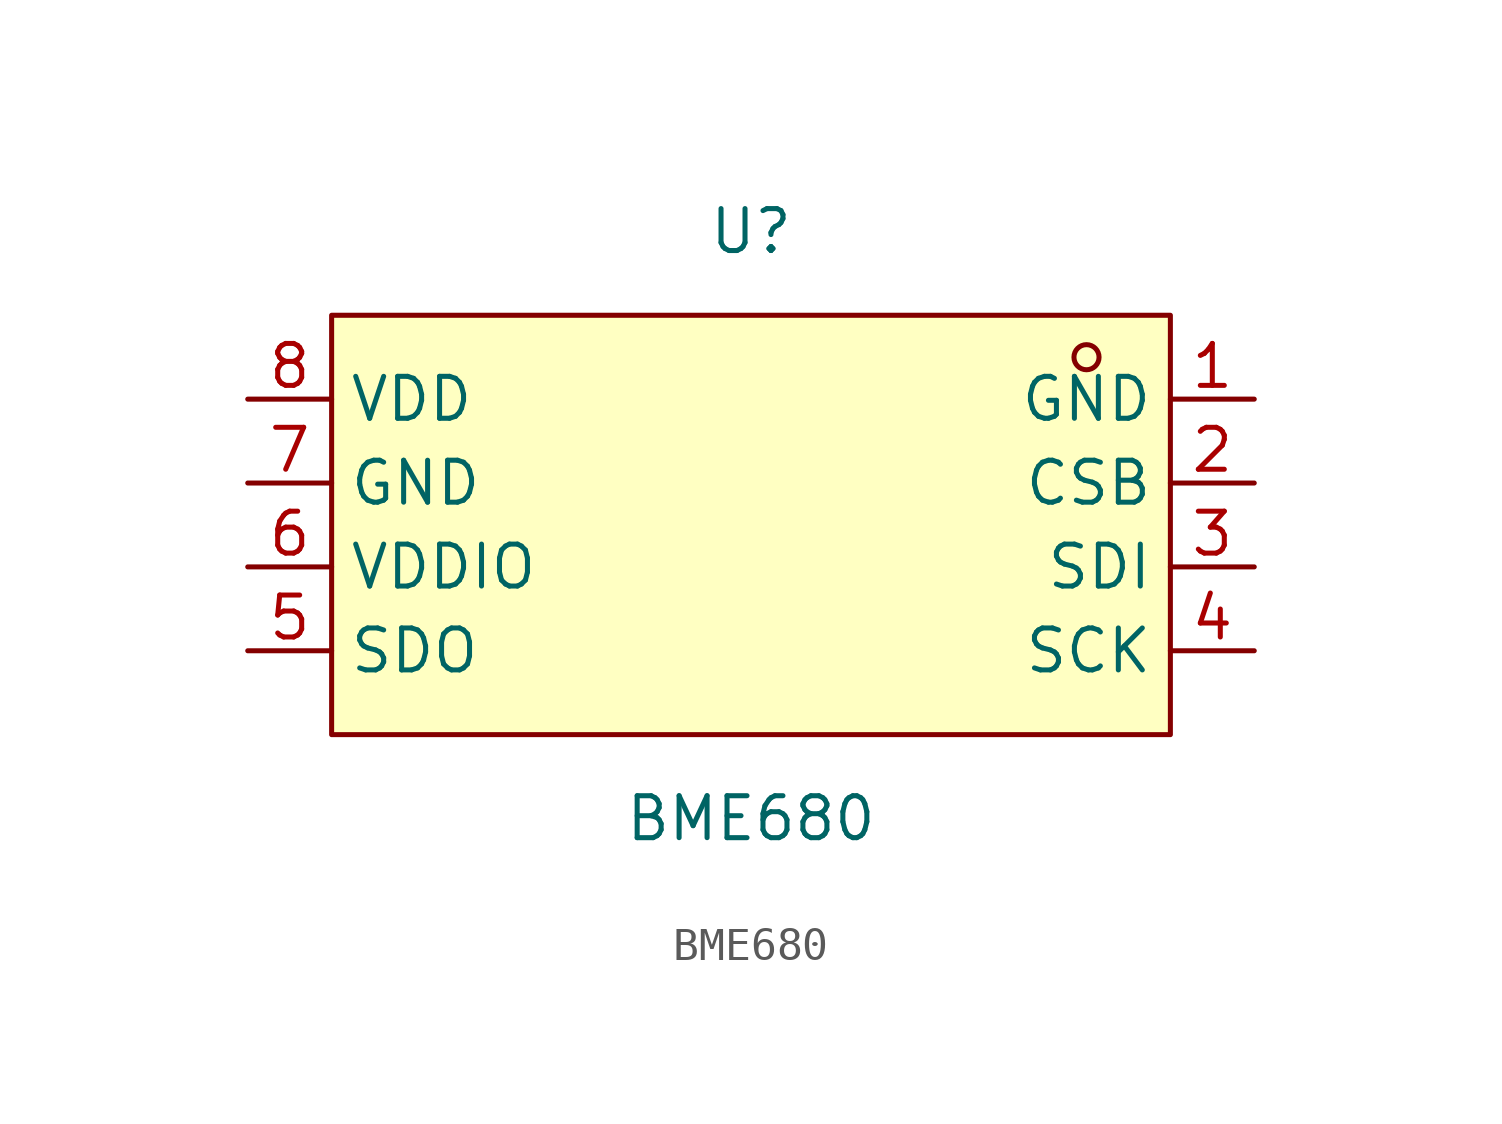
<source format=kicad_sym>
(kicad_symbol_lib
  (version 20211014)
  (generator https://github.com/uPesy/easyeda2kicad.py)
  (symbol "BME680"
    (property "Reference" "U"
      (at 0 8.89 0)
      (effects (font (size 1.27 1.27))))
    (property "Value" "BME680"
      (at 0 -8.89 0)
      (effects (font (size 1.27 1.27))))
    (symbol "BME680_0_1"
      (rectangle (start -12.70 6.35) (end 12.70 -6.35) (stroke (width 0) (type default) (color 0 0 0 0)) (fill (type background)))
      (circle (center 10.16 5.08) (radius 0.38) (stroke (width 0) (type default) (color 0 0 0 0)) (fill (type none)))
      (pin unspecified line (at -15.24 3.81 0) (length 2.54) (name "VDD" (effects (font (size 1.27 1.27)))) (number "8" (effects (font (size 1.27 1.27)))))
      (pin unspecified line (at -15.24 1.27 0) (length 2.54) (name "GND" (effects (font (size 1.27 1.27)))) (number "7" (effects (font (size 1.27 1.27)))))
      (pin unspecified line (at -15.24 -1.27 0) (length 2.54) (name "VDDIO" (effects (font (size 1.27 1.27)))) (number "6" (effects (font (size 1.27 1.27)))))
      (pin unspecified line (at -15.24 -3.81 0) (length 2.54) (name "SDO" (effects (font (size 1.27 1.27)))) (number "5" (effects (font (size 1.27 1.27)))))
      (pin unspecified line (at 15.24 -3.81 180) (length 2.54) (name "SCK" (effects (font (size 1.27 1.27)))) (number "4" (effects (font (size 1.27 1.27)))))
      (pin unspecified line (at 15.24 -1.27 180) (length 2.54) (name "SDI" (effects (font (size 1.27 1.27)))) (number "3" (effects (font (size 1.27 1.27)))))
      (pin unspecified line (at 15.24 1.27 180) (length 2.54) (name "CSB" (effects (font (size 1.27 1.27)))) (number "2" (effects (font (size 1.27 1.27)))))
      (pin unspecified line (at 15.24 3.81 180) (length 2.54) (name "GND" (effects (font (size 1.27 1.27)))) (number "1" (effects (font (size 1.27 1.27))))))))
</source>
